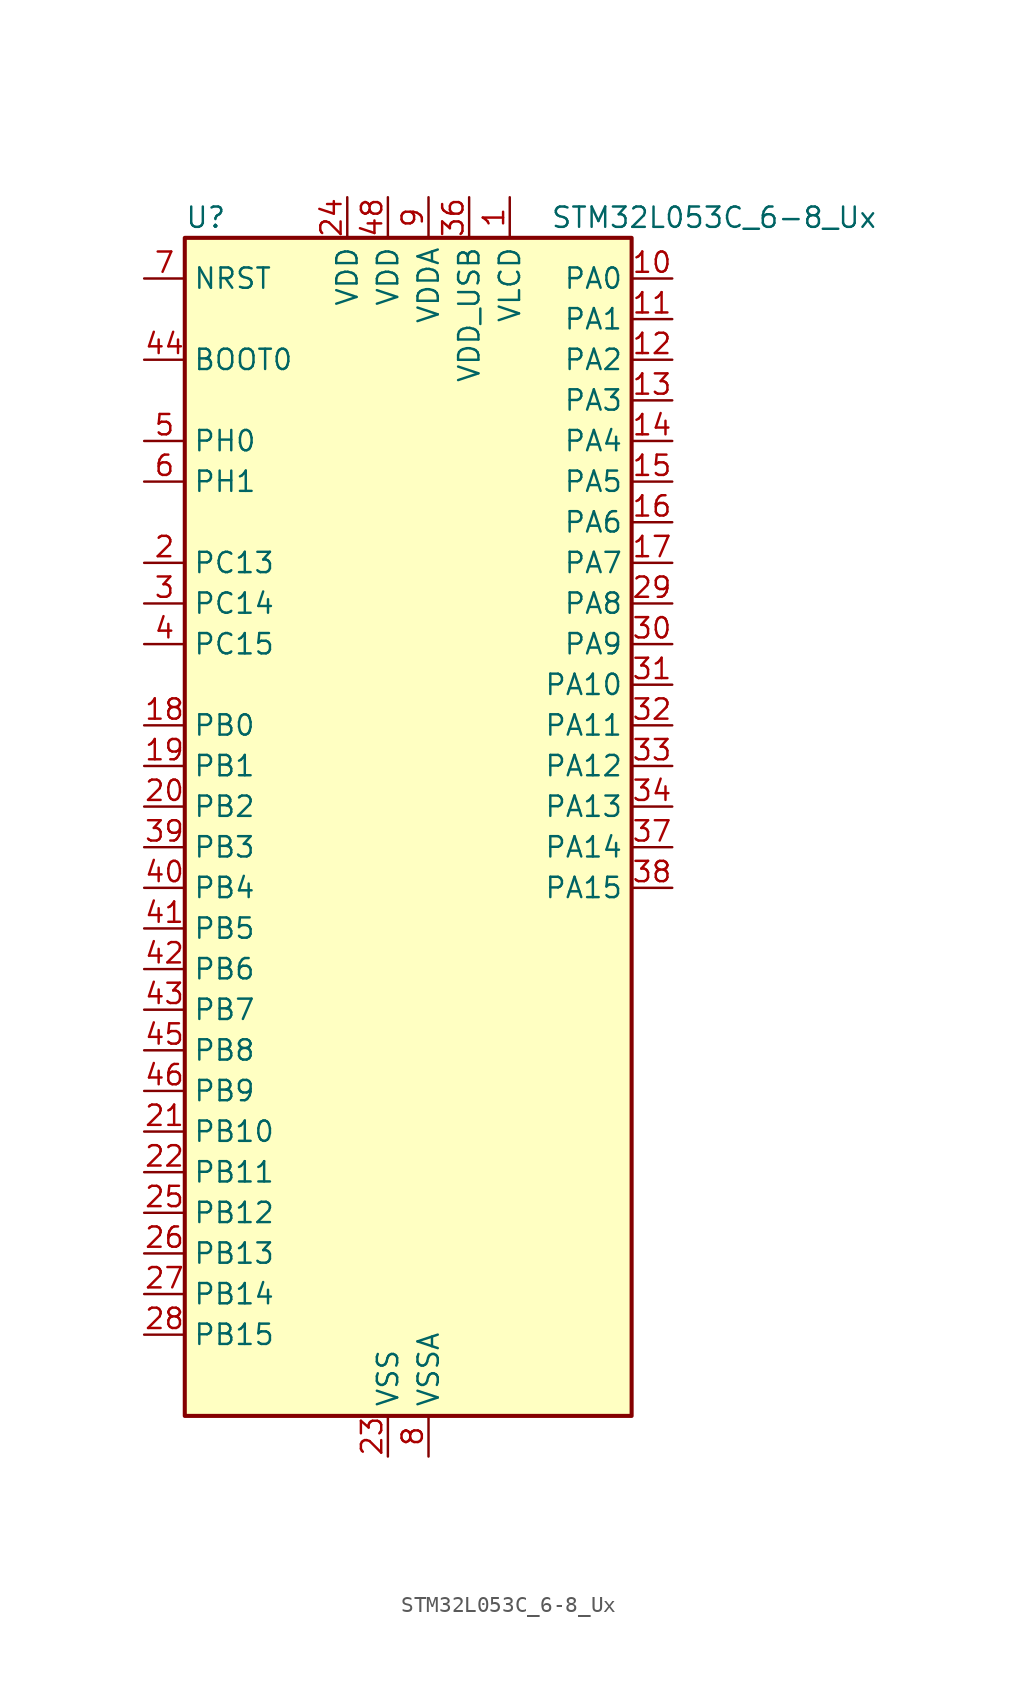
<source format=kicad_sym>
(kicad_symbol_lib
  (version 20220914)
  (generator kicad_symbol_editor)
  (symbol "STM32L053C_6-8_Ux"
    (property "Reference" "U"
      (at -12.7 39.37 0)
      (effects (font (size 1.27 1.27)) (justify left)))
    (property "Value" "STM32L053C_6-8_Ux"
      (at 10.16 39.37 0)
      (effects (font (size 1.27 1.27)) (justify left)))
    (property "ki_locked" ""
      (at 0 0 0)
      (effects (font (size 1.27 1.27))))
    (symbol "STM32L053C_6-8_Ux_0_1"
      (rectangle (start -12.7 -35.56) (end 15.24 38.1) (stroke (width 0.254) (type default)) (fill (type background))))
    (symbol "STM32L053C_6-8_Ux_1_1"
      (pin power_in line (at 7.62 40.64 270) (length 2.54) (name "VLCD" (effects (font (size 1.27 1.27)))) (number "1" (effects (font (size 1.27 1.27)))))
      (pin bidirectional line (at 17.78 35.56 180) (length 2.54) (name "PA0" (effects (font (size 1.27 1.27)))) (number "10" (effects (font (size 1.27 1.27)))) (alternate "ADC_IN0" bidirectional line) (alternate "COMP1_INM" bidirectional line) (alternate "COMP1_OUT" bidirectional line) (alternate "RTC_TAMP2" bidirectional line) (alternate "SYS_WKUP1" bidirectional line) (alternate "TIM2_CH1" bidirectional line) (alternate "TIM2_ETR" bidirectional line) (alternate "TSC_G1_IO1" bidirectional line) (alternate "USART2_CTS" bidirectional line))
      (pin bidirectional line (at 17.78 33.02 180) (length 2.54) (name "PA1" (effects (font (size 1.27 1.27)))) (number "11" (effects (font (size 1.27 1.27)))) (alternate "ADC_IN1" bidirectional line) (alternate "COMP1_INP" bidirectional line) (alternate "LCD_SEG0" bidirectional line) (alternate "TIM21_ETR" bidirectional line) (alternate "TIM2_CH2" bidirectional line) (alternate "TSC_G1_IO2" bidirectional line) (alternate "USART2_DE" bidirectional line) (alternate "USART2_RTS" bidirectional line))
      (pin bidirectional line (at 17.78 30.48 180) (length 2.54) (name "PA2" (effects (font (size 1.27 1.27)))) (number "12" (effects (font (size 1.27 1.27)))) (alternate "ADC_IN2" bidirectional line) (alternate "COMP2_INM" bidirectional line) (alternate "COMP2_OUT" bidirectional line) (alternate "LCD_SEG1" bidirectional line) (alternate "TIM21_CH1" bidirectional line) (alternate "TIM2_CH3" bidirectional line) (alternate "TSC_G1_IO3" bidirectional line) (alternate "USART2_TX" bidirectional line))
      (pin bidirectional line (at 17.78 27.94 180) (length 2.54) (name "PA3" (effects (font (size 1.27 1.27)))) (number "13" (effects (font (size 1.27 1.27)))) (alternate "ADC_IN3" bidirectional line) (alternate "COMP2_INP" bidirectional line) (alternate "LCD_SEG2" bidirectional line) (alternate "TIM21_CH2" bidirectional line) (alternate "TIM2_CH4" bidirectional line) (alternate "TSC_G1_IO4" bidirectional line) (alternate "USART2_RX" bidirectional line))
      (pin bidirectional line (at 17.78 25.4 180) (length 2.54) (name "PA4" (effects (font (size 1.27 1.27)))) (number "14" (effects (font (size 1.27 1.27)))) (alternate "ADC_IN4" bidirectional line) (alternate "COMP1_INM" bidirectional line) (alternate "COMP2_INM" bidirectional line) (alternate "DAC_OUT1" bidirectional line) (alternate "SPI1_NSS" bidirectional line) (alternate "TIM22_ETR" bidirectional line) (alternate "TSC_G2_IO1" bidirectional line) (alternate "USART2_CK" bidirectional line))
      (pin bidirectional line (at 17.78 22.86 180) (length 2.54) (name "PA5" (effects (font (size 1.27 1.27)))) (number "15" (effects (font (size 1.27 1.27)))) (alternate "ADC_IN5" bidirectional line) (alternate "COMP1_INM" bidirectional line) (alternate "COMP2_INM" bidirectional line) (alternate "SPI1_SCK" bidirectional line) (alternate "TIM2_CH1" bidirectional line) (alternate "TIM2_ETR" bidirectional line) (alternate "TSC_G2_IO2" bidirectional line))
      (pin bidirectional line (at 17.78 20.32 180) (length 2.54) (name "PA6" (effects (font (size 1.27 1.27)))) (number "16" (effects (font (size 1.27 1.27)))) (alternate "ADC_IN6" bidirectional line) (alternate "COMP1_OUT" bidirectional line) (alternate "LCD_SEG3" bidirectional line) (alternate "LPUART1_CTS" bidirectional line) (alternate "SPI1_MISO" bidirectional line) (alternate "TIM22_CH1" bidirectional line) (alternate "TSC_G2_IO3" bidirectional line))
      (pin bidirectional line (at 17.78 17.78 180) (length 2.54) (name "PA7" (effects (font (size 1.27 1.27)))) (number "17" (effects (font (size 1.27 1.27)))) (alternate "ADC_IN7" bidirectional line) (alternate "COMP2_OUT" bidirectional line) (alternate "LCD_SEG4" bidirectional line) (alternate "SPI1_MOSI" bidirectional line) (alternate "TIM22_CH2" bidirectional line) (alternate "TSC_G2_IO4" bidirectional line))
      (pin bidirectional line (at -15.24 7.62 0) (length 2.54) (name "PB0" (effects (font (size 1.27 1.27)))) (number "18" (effects (font (size 1.27 1.27)))) (alternate "ADC_IN8" bidirectional line) (alternate "LCD_SEG5" bidirectional line) (alternate "LCD_VLCD3" bidirectional line) (alternate "SYS_VREF_OUT_PB0" bidirectional line) (alternate "TSC_G3_IO2" bidirectional line))
      (pin bidirectional line (at -15.24 5.08 0) (length 2.54) (name "PB1" (effects (font (size 1.27 1.27)))) (number "19" (effects (font (size 1.27 1.27)))) (alternate "ADC_IN9" bidirectional line) (alternate "LCD_SEG6" bidirectional line) (alternate "LPUART1_DE" bidirectional line) (alternate "LPUART1_RTS" bidirectional line) (alternate "SYS_VREF_OUT_PB1" bidirectional line) (alternate "TSC_G3_IO3" bidirectional line))
      (pin bidirectional line (at -15.24 17.78 0) (length 2.54) (name "PC13" (effects (font (size 1.27 1.27)))) (number "2" (effects (font (size 1.27 1.27)))) (alternate "RTC_OUT_ALARM" bidirectional line) (alternate "RTC_OUT_CALIB" bidirectional line) (alternate "RTC_TAMP1" bidirectional line) (alternate "RTC_TS" bidirectional line) (alternate "SYS_WKUP2" bidirectional line))
      (pin bidirectional line (at -15.24 2.54 0) (length 2.54) (name "PB2" (effects (font (size 1.27 1.27)))) (number "20" (effects (font (size 1.27 1.27)))) (alternate "LCD_VLCD1" bidirectional line) (alternate "LPTIM1_OUT" bidirectional line) (alternate "TSC_G3_IO4" bidirectional line))
      (pin bidirectional line (at -15.24 -17.78 0) (length 2.54) (name "PB10" (effects (font (size 1.27 1.27)))) (number "21" (effects (font (size 1.27 1.27)))) (alternate "I2C2_SCL" bidirectional line) (alternate "LCD_SEG10" bidirectional line) (alternate "LPUART1_TX" bidirectional line) (alternate "SPI2_SCK" bidirectional line) (alternate "TIM2_CH3" bidirectional line) (alternate "TSC_SYNC" bidirectional line))
      (pin bidirectional line (at -15.24 -20.32 0) (length 2.54) (name "PB11" (effects (font (size 1.27 1.27)))) (number "22" (effects (font (size 1.27 1.27)))) (alternate "ADC_EXTI11" bidirectional line) (alternate "I2C2_SDA" bidirectional line) (alternate "LCD_SEG11" bidirectional line) (alternate "LPUART1_RX" bidirectional line) (alternate "TIM2_CH4" bidirectional line) (alternate "TSC_G6_IO1" bidirectional line))
      (pin power_in line (at 0 -38.1 90) (length 2.54) (name "VSS" (effects (font (size 1.27 1.27)))) (number "23" (effects (font (size 1.27 1.27)))))
      (pin power_in line (at -2.54 40.64 270) (length 2.54) (name "VDD" (effects (font (size 1.27 1.27)))) (number "24" (effects (font (size 1.27 1.27)))))
      (pin bidirectional line (at -15.24 -22.86 0) (length 2.54) (name "PB12" (effects (font (size 1.27 1.27)))) (number "25" (effects (font (size 1.27 1.27)))) (alternate "I2S2_WS" bidirectional line) (alternate "LCD_SEG12" bidirectional line) (alternate "LCD_VLCD2" bidirectional line) (alternate "LPUART1_DE" bidirectional line) (alternate "LPUART1_RTS" bidirectional line) (alternate "SPI2_NSS" bidirectional line) (alternate "TSC_G6_IO2" bidirectional line))
      (pin bidirectional line (at -15.24 -25.4 0) (length 2.54) (name "PB13" (effects (font (size 1.27 1.27)))) (number "26" (effects (font (size 1.27 1.27)))) (alternate "I2C2_SCL" bidirectional line) (alternate "I2S2_CK" bidirectional line) (alternate "LCD_SEG13" bidirectional line) (alternate "LPUART1_CTS" bidirectional line) (alternate "SPI2_SCK" bidirectional line) (alternate "TIM21_CH1" bidirectional line) (alternate "TSC_G6_IO3" bidirectional line))
      (pin bidirectional line (at -15.24 -27.94 0) (length 2.54) (name "PB14" (effects (font (size 1.27 1.27)))) (number "27" (effects (font (size 1.27 1.27)))) (alternate "I2C2_SDA" bidirectional line) (alternate "I2S2_MCK" bidirectional line) (alternate "LCD_SEG14" bidirectional line) (alternate "LPUART1_DE" bidirectional line) (alternate "LPUART1_RTS" bidirectional line) (alternate "RTC_OUT_ALARM" bidirectional line) (alternate "RTC_OUT_CALIB" bidirectional line) (alternate "SPI2_MISO" bidirectional line) (alternate "TIM21_CH2" bidirectional line) (alternate "TSC_G6_IO4" bidirectional line))
      (pin bidirectional line (at -15.24 -30.48 0) (length 2.54) (name "PB15" (effects (font (size 1.27 1.27)))) (number "28" (effects (font (size 1.27 1.27)))) (alternate "I2S2_SD" bidirectional line) (alternate "LCD_SEG15" bidirectional line) (alternate "RTC_REFIN" bidirectional line) (alternate "SPI2_MOSI" bidirectional line))
      (pin bidirectional line (at 17.78 15.24 180) (length 2.54) (name "PA8" (effects (font (size 1.27 1.27)))) (number "29" (effects (font (size 1.27 1.27)))) (alternate "CRS_SYNC" bidirectional line) (alternate "LCD_COM0" bidirectional line) (alternate "RCC_MCO" bidirectional line) (alternate "USART1_CK" bidirectional line))
      (pin bidirectional line (at -15.24 15.24 0) (length 2.54) (name "PC14" (effects (font (size 1.27 1.27)))) (number "3" (effects (font (size 1.27 1.27)))) (alternate "RCC_OSC32_IN" bidirectional line))
      (pin bidirectional line (at 17.78 12.7 180) (length 2.54) (name "PA9" (effects (font (size 1.27 1.27)))) (number "30" (effects (font (size 1.27 1.27)))) (alternate "DAC_EXTI9" bidirectional line) (alternate "LCD_COM1" bidirectional line) (alternate "RCC_MCO" bidirectional line) (alternate "TSC_G4_IO1" bidirectional line) (alternate "USART1_TX" bidirectional line))
      (pin bidirectional line (at 17.78 10.16 180) (length 2.54) (name "PA10" (effects (font (size 1.27 1.27)))) (number "31" (effects (font (size 1.27 1.27)))) (alternate "LCD_COM2" bidirectional line) (alternate "TSC_G4_IO2" bidirectional line) (alternate "USART1_RX" bidirectional line))
      (pin bidirectional line (at 17.78 7.62 180) (length 2.54) (name "PA11" (effects (font (size 1.27 1.27)))) (number "32" (effects (font (size 1.27 1.27)))) (alternate "ADC_EXTI11" bidirectional line) (alternate "COMP1_OUT" bidirectional line) (alternate "SPI1_MISO" bidirectional line) (alternate "TSC_G4_IO3" bidirectional line) (alternate "USART1_CTS" bidirectional line) (alternate "USB_DM" bidirectional line))
      (pin bidirectional line (at 17.78 5.08 180) (length 2.54) (name "PA12" (effects (font (size 1.27 1.27)))) (number "33" (effects (font (size 1.27 1.27)))) (alternate "COMP2_OUT" bidirectional line) (alternate "SPI1_MOSI" bidirectional line) (alternate "TSC_G4_IO4" bidirectional line) (alternate "USART1_DE" bidirectional line) (alternate "USART1_RTS" bidirectional line) (alternate "USB_DP" bidirectional line))
      (pin bidirectional line (at 17.78 2.54 180) (length 2.54) (name "PA13" (effects (font (size 1.27 1.27)))) (number "34" (effects (font (size 1.27 1.27)))) (alternate "SYS_SWDIO" bidirectional line) (alternate "USB_NOE" bidirectional line))
      (pin passive line (at 0 -38.1 90) (length 2.54) hide (name "VSS" (effects (font (size 1.27 1.27)))) (number "35" (effects (font (size 1.27 1.27)))))
      (pin power_in line (at 5.08 40.64 270) (length 2.54) (name "VDD_USB" (effects (font (size 1.27 1.27)))) (number "36" (effects (font (size 1.27 1.27)))))
      (pin bidirectional line (at 17.78 0 180) (length 2.54) (name "PA14" (effects (font (size 1.27 1.27)))) (number "37" (effects (font (size 1.27 1.27)))) (alternate "SYS_SWCLK" bidirectional line) (alternate "USART2_TX" bidirectional line))
      (pin bidirectional line (at 17.78 -2.54 180) (length 2.54) (name "PA15" (effects (font (size 1.27 1.27)))) (number "38" (effects (font (size 1.27 1.27)))) (alternate "LCD_SEG17" bidirectional line) (alternate "SPI1_NSS" bidirectional line) (alternate "TIM2_CH1" bidirectional line) (alternate "TIM2_ETR" bidirectional line) (alternate "USART2_RX" bidirectional line))
      (pin bidirectional line (at -15.24 0 0) (length 2.54) (name "PB3" (effects (font (size 1.27 1.27)))) (number "39" (effects (font (size 1.27 1.27)))) (alternate "COMP2_INM" bidirectional line) (alternate "LCD_SEG7" bidirectional line) (alternate "SPI1_SCK" bidirectional line) (alternate "TIM2_CH2" bidirectional line) (alternate "TSC_G5_IO1" bidirectional line))
      (pin bidirectional line (at -15.24 12.7 0) (length 2.54) (name "PC15" (effects (font (size 1.27 1.27)))) (number "4" (effects (font (size 1.27 1.27)))) (alternate "RCC_OSC32_OUT" bidirectional line))
      (pin bidirectional line (at -15.24 -2.54 0) (length 2.54) (name "PB4" (effects (font (size 1.27 1.27)))) (number "40" (effects (font (size 1.27 1.27)))) (alternate "COMP2_INP" bidirectional line) (alternate "LCD_SEG8" bidirectional line) (alternate "SPI1_MISO" bidirectional line) (alternate "TIM22_CH1" bidirectional line) (alternate "TSC_G5_IO2" bidirectional line))
      (pin bidirectional line (at -15.24 -5.08 0) (length 2.54) (name "PB5" (effects (font (size 1.27 1.27)))) (number "41" (effects (font (size 1.27 1.27)))) (alternate "COMP2_INP" bidirectional line) (alternate "I2C1_SMBA" bidirectional line) (alternate "LCD_SEG9" bidirectional line) (alternate "LPTIM1_IN1" bidirectional line) (alternate "SPI1_MOSI" bidirectional line) (alternate "TIM22_CH2" bidirectional line))
      (pin bidirectional line (at -15.24 -7.62 0) (length 2.54) (name "PB6" (effects (font (size 1.27 1.27)))) (number "42" (effects (font (size 1.27 1.27)))) (alternate "COMP2_INP" bidirectional line) (alternate "I2C1_SCL" bidirectional line) (alternate "LPTIM1_ETR" bidirectional line) (alternate "TSC_G5_IO3" bidirectional line) (alternate "USART1_TX" bidirectional line))
      (pin bidirectional line (at -15.24 -10.16 0) (length 2.54) (name "PB7" (effects (font (size 1.27 1.27)))) (number "43" (effects (font (size 1.27 1.27)))) (alternate "COMP2_INP" bidirectional line) (alternate "I2C1_SDA" bidirectional line) (alternate "LPTIM1_IN2" bidirectional line) (alternate "SYS_PVD_IN" bidirectional line) (alternate "TSC_G5_IO4" bidirectional line) (alternate "USART1_RX" bidirectional line))
      (pin input line (at -15.24 30.48 0) (length 2.54) (name "BOOT0" (effects (font (size 1.27 1.27)))) (number "44" (effects (font (size 1.27 1.27)))))
      (pin bidirectional line (at -15.24 -12.7 0) (length 2.54) (name "PB8" (effects (font (size 1.27 1.27)))) (number "45" (effects (font (size 1.27 1.27)))) (alternate "I2C1_SCL" bidirectional line) (alternate "LCD_SEG16" bidirectional line) (alternate "TSC_SYNC" bidirectional line))
      (pin bidirectional line (at -15.24 -15.24 0) (length 2.54) (name "PB9" (effects (font (size 1.27 1.27)))) (number "46" (effects (font (size 1.27 1.27)))) (alternate "DAC_EXTI9" bidirectional line) (alternate "I2C1_SDA" bidirectional line) (alternate "I2S2_WS" bidirectional line) (alternate "LCD_COM3" bidirectional line) (alternate "SPI2_NSS" bidirectional line))
      (pin passive line (at 0 -38.1 90) (length 2.54) hide (name "VSS" (effects (font (size 1.27 1.27)))) (number "47" (effects (font (size 1.27 1.27)))))
      (pin power_in line (at 0 40.64 270) (length 2.54) (name "VDD" (effects (font (size 1.27 1.27)))) (number "48" (effects (font (size 1.27 1.27)))))
      (pin passive line (at 0 -38.1 90) (length 2.54) hide (name "VSS" (effects (font (size 1.27 1.27)))) (number "49" (effects (font (size 1.27 1.27)))))
      (pin bidirectional line (at -15.24 25.4 0) (length 2.54) (name "PH0" (effects (font (size 1.27 1.27)))) (number "5" (effects (font (size 1.27 1.27)))) (alternate "CRS_SYNC" bidirectional line) (alternate "RCC_OSC_IN" bidirectional line))
      (pin bidirectional line (at -15.24 22.86 0) (length 2.54) (name "PH1" (effects (font (size 1.27 1.27)))) (number "6" (effects (font (size 1.27 1.27)))) (alternate "RCC_OSC_OUT" bidirectional line))
      (pin input line (at -15.24 35.56 0) (length 2.54) (name "NRST" (effects (font (size 1.27 1.27)))) (number "7" (effects (font (size 1.27 1.27)))))
      (pin power_in line (at 2.54 -38.1 90) (length 2.54) (name "VSSA" (effects (font (size 1.27 1.27)))) (number "8" (effects (font (size 1.27 1.27)))))
      (pin power_in line (at 2.54 40.64 270) (length 2.54) (name "VDDA" (effects (font (size 1.27 1.27)))) (number "9" (effects (font (size 1.27 1.27))))))))
</source>
